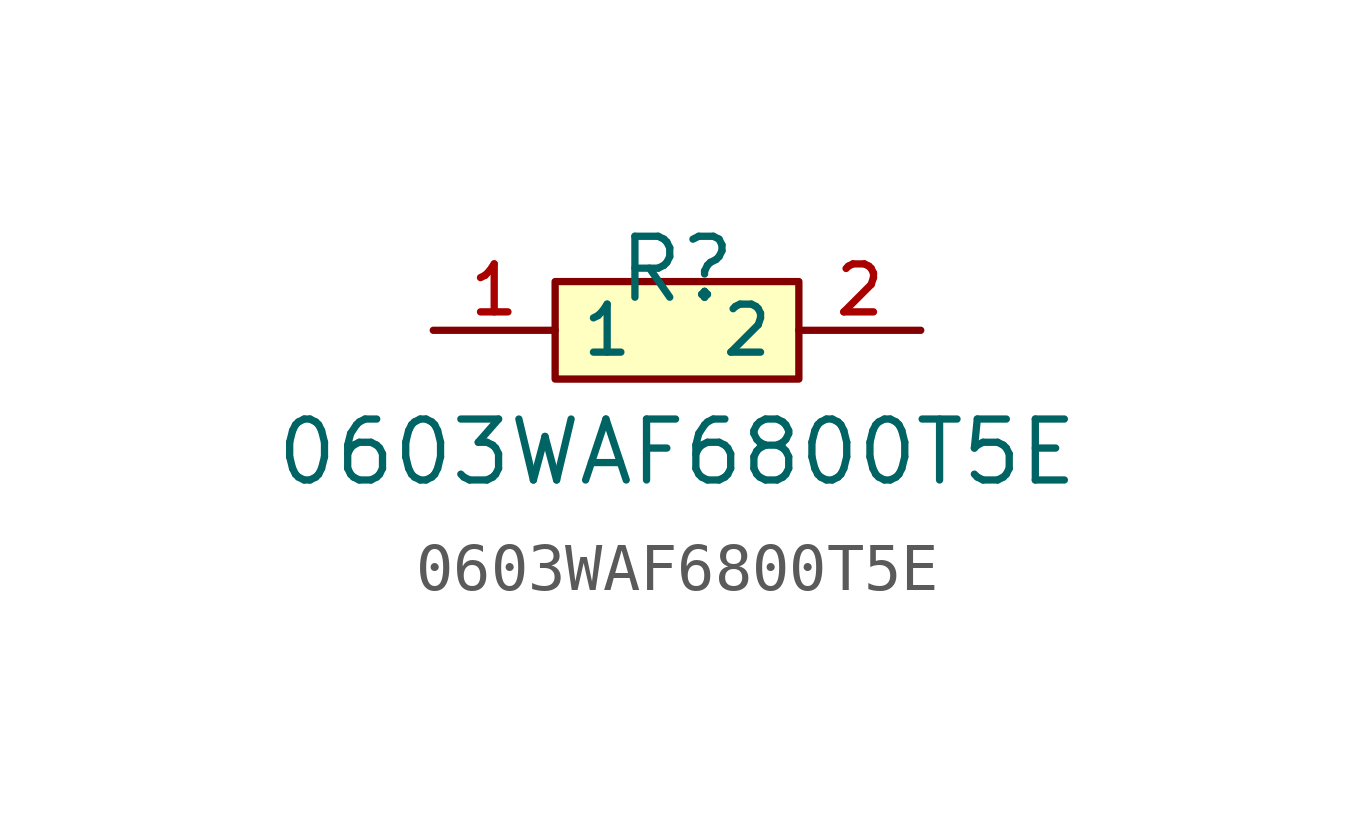
<source format=kicad_sym>
(kicad_symbol_lib
  (version 20210201)
  (generator TousstNicolas/JLC2KiCad_lib)
  (symbol "0603WAF6800T5E"
    (property "Reference" "R"
      (at 0 1.27 0)
      (effects (font (size 1.27 1.27))))
    (property "Value" "0603WAF6800T5E"
      (at 0 -2.54 0)
      (effects (font (size 1.27 1.27))))
    (symbol "0603WAF6800T5E_0_1"
      (pin input line (at 5.08 -0.0 180) (length 2.54) (name "2" (effects (font (size 1 1)))) (number "2" (effects (font (size 1 1)))))
      (pin input line (at -5.08 -0.0 0) (length 2.54) (name "1" (effects (font (size 1 1)))) (number "1" (effects (font (size 1 1)))))
      (rectangle (start -2.54 1.016) (end 2.54 -1.016) (stroke (width 0) (type default) (color 0 0 0 0)) (fill (type background))))))
</source>
